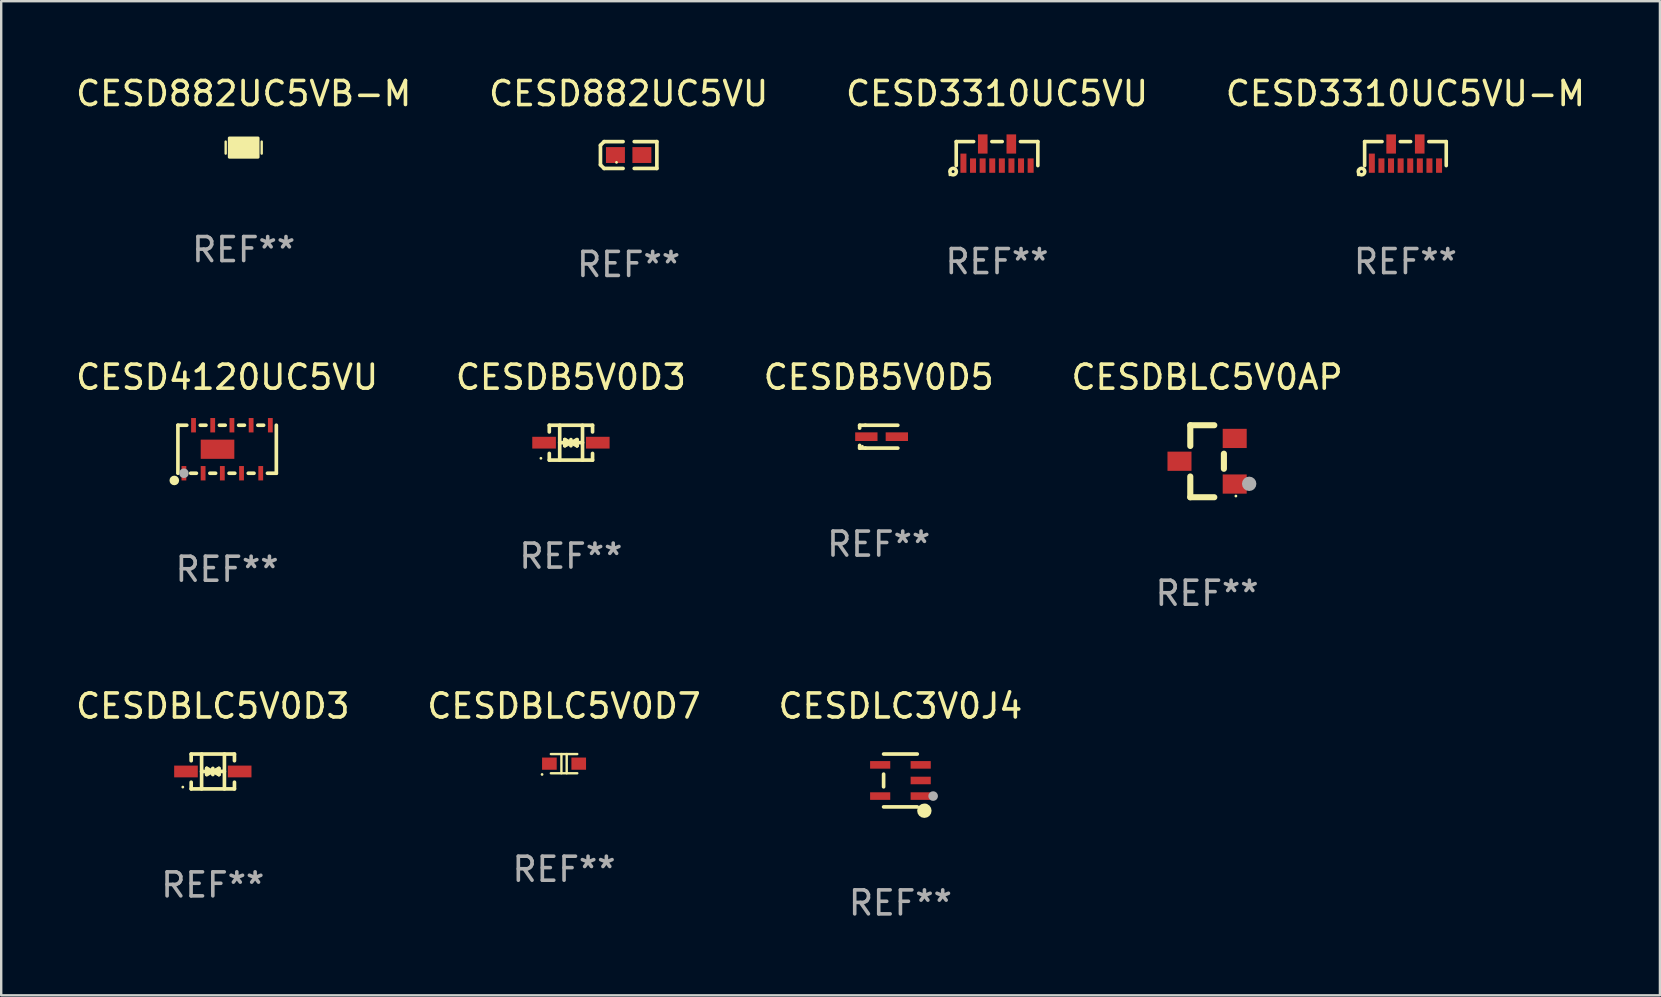
<source format=kicad_pcb>
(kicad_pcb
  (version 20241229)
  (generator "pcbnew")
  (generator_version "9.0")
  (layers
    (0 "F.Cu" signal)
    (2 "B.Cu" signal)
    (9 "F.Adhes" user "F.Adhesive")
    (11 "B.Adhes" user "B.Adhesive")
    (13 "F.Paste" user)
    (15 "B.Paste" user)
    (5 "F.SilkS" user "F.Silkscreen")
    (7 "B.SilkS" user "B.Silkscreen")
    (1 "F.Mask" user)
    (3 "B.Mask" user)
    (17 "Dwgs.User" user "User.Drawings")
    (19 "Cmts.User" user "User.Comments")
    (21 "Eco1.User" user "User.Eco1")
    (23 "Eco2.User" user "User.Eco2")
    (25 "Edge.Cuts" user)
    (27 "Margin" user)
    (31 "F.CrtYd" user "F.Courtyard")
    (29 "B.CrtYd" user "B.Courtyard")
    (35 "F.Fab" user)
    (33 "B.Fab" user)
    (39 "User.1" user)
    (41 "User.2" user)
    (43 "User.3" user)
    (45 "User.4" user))
  (footprint "CESDLC3V0J4"
    (layer "F.Cu")
    (at 34.458 29.461)
    (property "Reference" "CESDLC3V0J4" (at 0 -3.101 0) (layer "F.SilkS") (effects (font (size 1 1) (thickness 0.15))))
    (attr through_hole)
    (fp_line (start -0.701 -0.264) (end -0.701 0.264) (stroke (width 0.152) (type solid)) (layer "F.SilkS"))
    (fp_line (start 0.701 -1.101) (end -0.701 -1.101) (stroke (width 0.152) (type solid)) (layer "F.SilkS"))
    (fp_line (start 0.701 1.101) (end -0.701 1.101) (stroke (width 0.152) (type solid)) (layer "F.SilkS"))
    (fp_circle (center 0.997 1.26) (end 1.147 1.26) (stroke (width 0.3) (type solid)) (fill no) (layer "F.SilkS"))
    (fp_circle (center 1.063 1.025) (end 1.093 1.025) (stroke (width 0.06) (type solid)) (fill no) (layer "F.SilkS"))
    (fp_circle (center 1.362 0.65) (end 1.463 0.65) (stroke (width 0.2) (type solid)) (fill no) (layer "F.Fab"))
    (fp_text user "REF**" (at 0 5.101 0) (layer "F.Fab") (effects (font (size 1 1) (thickness 0.15))))
    (pad "1" smd rect (at 0.844 0.65) (size 0.839 0.315) (layers "F.Cu" "F.Mask" "F.Paste"))
    (pad "2" smd rect (at 0.844 0) (size 0.839 0.315) (layers "F.Cu" "F.Mask" "F.Paste"))
    (pad "3" smd rect (at 0.844 -0.65) (size 0.839 0.315) (layers "F.Cu" "F.Mask" "F.Paste"))
    (pad "4" smd rect (at -0.844 -0.65) (size 0.839 0.315) (layers "F.Cu" "F.Mask" "F.Paste"))
    (pad "5" smd rect (at -0.844 0.65) (size 0.839 0.315) (layers "F.Cu" "F.Mask" "F.Paste")))
  (footprint "CESDB5V0D5"
    (layer "F.Cu")
    (at 33.554 15.14)
    (property "Reference" "CESDB5V0D5" (at 0 -2.476 0) (layer "F.SilkS") (effects (font (size 1 1) (thickness 0.15))))
    (attr through_hole)
    (fp_line (start -0.795 -0.476) (end -0.795 -0.356) (stroke (width 0.152) (type solid)) (layer "F.SilkS"))
    (fp_line (start -0.795 0.363) (end -0.795 0.476) (stroke (width 0.152) (type solid)) (layer "F.SilkS"))
    (fp_line (start -0.795 0.476) (end -0.557 0.476) (stroke (width 0.152) (type solid)) (layer "F.SilkS"))
    (fp_line (start -0.557 -0.476) (end -0.795 -0.476) (stroke (width 0.152) (type solid)) (layer "F.SilkS"))
    (fp_line (start -0.557 -0.476) (end 0.795 -0.476) (stroke (width 0.152) (type solid)) (layer "F.SilkS"))
    (fp_line (start -0.557 0.476) (end 0.795 0.476) (stroke (width 0.152) (type solid)) (layer "F.SilkS"))
    (fp_circle (center -0.681 0.4) (end -0.651 0.4) (stroke (width 0.06) (type solid)) (fill no) (layer "F.SilkS"))
    (fp_text user "REF**" (at 0 4.476 0) (layer "F.Fab") (effects (font (size 1 1) (thickness 0.15))))
    (pad "1" smd rect (at -0.516 0 180) (size 0.93 0.36) (layers "F.Cu" "F.Mask" "F.Paste"))
    (pad "2" smd rect (at 0.754 0 180) (size 0.93 0.36) (layers "F.Cu" "F.Mask" "F.Paste")))
  (footprint "CESD882UC5VB-M"
    (layer "F.Cu")
    (at 7.101 3.098)
    (property "Reference" "CESD882UC5VB-M" (at 0 -2.25 0) (layer "F.SilkS") (effects (font (size 1 1) (thickness 0.15))))
    (attr through_hole)
    (fp_line (start -0.75 0.25) (end -0.75 -0.25) (stroke (width 0.1) (type solid)) (layer "F.SilkS"))
    (fp_line (start 0.75 -0.25) (end 0.75 0.25) (stroke (width 0.1) (type solid)) (layer "F.SilkS"))
    (fp_circle (center -0.5 0.3) (end -0.47 0.3) (stroke (width 0.06) (type solid)) (fill no) (layer "F.SilkS"))
    (fp_poly (pts (xy -0.6 -0.4) (xy 0.6 -0.4) (xy 0.6 0.4) (xy -0.6 0.4)) (stroke (width 0.12) (type solid)) (fill yes) (layer "F.SilkS"))
    (fp_text user "REF**" (at 0 4.25 0) (layer "F.Fab") (effects (font (size 1 1) (thickness 0.15))))
    (pad "1" smd rect (at -0.325 -0.000013) (size 0.3 0.6) (layers "F.Cu" "F.Mask" "F.Paste"))
    (pad "2" smd rect (at 0.325 -0.000013) (size 0.3 0.6) (layers "F.Cu" "F.Mask" "F.Paste")))
  (footprint "CESD3310UC5VU-M"
    (layer "F.Cu")
    (at 55.494 3.348)
    (property "Reference" "CESD3310UC5VU-M" (at 0 -2.5 0) (layer "F.SilkS") (effects (font (size 1 1) (thickness 0.15))))
    (attr through_hole)
    (fp_line (start -1.7 -0.5) (end -1.7 0.5) (stroke (width 0.15) (type solid)) (layer "F.SilkS"))
    (fp_line (start -0.974 -0.5) (end -1.7 -0.5) (stroke (width 0.15) (type solid)) (layer "F.SilkS"))
    (fp_line (start 0.216 -0.5) (end -0.216 -0.5) (stroke (width 0.15) (type solid)) (layer "F.SilkS"))
    (fp_line (start 1.7 -0.5) (end 0.974 -0.5) (stroke (width 0.15) (type solid)) (layer "F.SilkS"))
    (fp_line (start 1.7 -0.5) (end 1.7 0.5) (stroke (width 0.15) (type solid)) (layer "F.SilkS"))
    (fp_circle (center -1.966 0.886) (end -1.936 0.886) (stroke (width 0.06) (type solid)) (fill no) (layer "F.SilkS"))
    (fp_circle (center -1.83 0.75) (end -1.769 0.75) (stroke (width 0.15) (type solid)) (fill no) (layer "F.SilkS"))
    (fp_text user "REF**" (at 0 4.5 0) (layer "F.Fab") (effects (font (size 1 1) (thickness 0.15))))
    (pad "1" smd rect (at -1.4 0.4) (size 0.25 0.8) (layers "F.Cu" "F.Mask" "F.Paste"))
    (pad "2" smd rect (at -1 0.5) (size 0.25 0.6) (layers "F.Cu" "F.Mask" "F.Paste"))
    (pad "3" smd rect (at -0.6 0.5) (size 0.25 0.6) (layers "F.Cu" "F.Mask" "F.Paste"))
    (pad "4" smd rect (at -0.2 0.5) (size 0.25 0.6) (layers "F.Cu" "F.Mask" "F.Paste"))
    (pad "5" smd rect (at 0.2 0.5) (size 0.25 0.6) (layers "F.Cu" "F.Mask" "F.Paste"))
    (pad "6" smd rect (at 0.6 0.5) (size 0.25 0.6) (layers "F.Cu" "F.Mask" "F.Paste"))
    (pad "7" smd rect (at 1 0.5) (size 0.25 0.6) (layers "F.Cu" "F.Mask" "F.Paste"))
    (pad "8" smd rect (at 1.4 0.5) (size 0.25 0.6) (layers "F.Cu" "F.Mask" "F.Paste"))
    (pad "9" smd rect (at 0.595 -0.4) (size 0.4 0.8) (layers "F.Cu" "F.Mask" "F.Paste"))
    (pad "10" smd rect (at -0.595 -0.4) (size 0.4 0.8) (layers "F.Cu" "F.Mask" "F.Paste")))
  (footprint "CESDBLC5V0D7"
    (layer "F.Cu")
    (at 20.446 28.76)
    (property "Reference" "CESDBLC5V0D7" (at 0 -2.4 0) (layer "F.SilkS") (effects (font (size 1 1) (thickness 0.15))))
    (attr through_hole)
    (fp_line (start -0.55 -0.4) (end 0.55 -0.4) (stroke (width 0.1) (type solid)) (layer "F.SilkS"))
    (fp_line (start -0.55 0.4) (end 0.55 0.4) (stroke (width 0.1) (type solid)) (layer "F.SilkS"))
    (fp_line (start -0.11 -0.4) (end -0.11 0.4) (stroke (width 0.1) (type solid)) (layer "F.SilkS"))
    (fp_line (start 0.11 -0.4) (end 0.11 0.4) (stroke (width 0.1) (type solid)) (layer "F.SilkS"))
    (fp_circle (center -0.916 0.45) (end -0.886 0.45) (stroke (width 0.06) (type solid)) (fill no) (layer "F.SilkS"))
    (fp_text user "REF**" (at 0 4.4 0) (layer "F.Fab") (effects (font (size 1 1) (thickness 0.15))))
    (pad "1" smd rect (at -0.611 0 180) (size 0.61 0.508) (layers "F.Cu" "F.Mask" "F.Paste"))
    (pad "2" smd rect (at 0.611 0 180) (size 0.61 0.508) (layers "F.Cu" "F.Mask" "F.Paste")))
  (footprint "CESD3310UC5VU"
    (layer "F.Cu")
    (at 38.482 3.348)
    (property "Reference" "CESD3310UC5VU" (at 0 -2.5 0) (layer "F.SilkS") (effects (font (size 1 1) (thickness 0.15))))
    (attr through_hole)
    (fp_line (start -1.7 -0.5) (end -1.7 0.5) (stroke (width 0.15) (type solid)) (layer "F.SilkS"))
    (fp_line (start -0.974 -0.5) (end -1.7 -0.5) (stroke (width 0.15) (type solid)) (layer "F.SilkS"))
    (fp_line (start 0.216 -0.5) (end -0.216 -0.5) (stroke (width 0.15) (type solid)) (layer "F.SilkS"))
    (fp_line (start 1.7 -0.5) (end 0.974 -0.5) (stroke (width 0.15) (type solid)) (layer "F.SilkS"))
    (fp_line (start 1.7 -0.5) (end 1.7 0.5) (stroke (width 0.15) (type solid)) (layer "F.SilkS"))
    (fp_circle (center -1.966 0.886) (end -1.936 0.886) (stroke (width 0.06) (type solid)) (fill no) (layer "F.SilkS"))
    (fp_circle (center -1.83 0.75) (end -1.769 0.75) (stroke (width 0.15) (type solid)) (fill no) (layer "F.SilkS"))
    (fp_text user "REF**" (at 0 4.5 0) (layer "F.Fab") (effects (font (size 1 1) (thickness 0.15))))
    (pad "1" smd rect (at -1.4 0.4) (size 0.25 0.8) (layers "F.Cu" "F.Mask" "F.Paste"))
    (pad "2" smd rect (at -1 0.5) (size 0.25 0.6) (layers "F.Cu" "F.Mask" "F.Paste"))
    (pad "3" smd rect (at -0.6 0.5) (size 0.25 0.6) (layers "F.Cu" "F.Mask" "F.Paste"))
    (pad "4" smd rect (at -0.2 0.5) (size 0.25 0.6) (layers "F.Cu" "F.Mask" "F.Paste"))
    (pad "5" smd rect (at 0.2 0.5) (size 0.25 0.6) (layers "F.Cu" "F.Mask" "F.Paste"))
    (pad "6" smd rect (at 0.6 0.5) (size 0.25 0.6) (layers "F.Cu" "F.Mask" "F.Paste"))
    (pad "7" smd rect (at 1 0.5) (size 0.25 0.6) (layers "F.Cu" "F.Mask" "F.Paste"))
    (pad "8" smd rect (at 1.4 0.5) (size 0.25 0.6) (layers "F.Cu" "F.Mask" "F.Paste"))
    (pad "9" smd rect (at 0.595 -0.4) (size 0.4 0.8) (layers "F.Cu" "F.Mask" "F.Paste"))
    (pad "10" smd rect (at -0.595 -0.4) (size 0.4 0.8) (layers "F.Cu" "F.Mask" "F.Paste")))
  (footprint "CESDBLC5V0AP"
    (layer "F.Cu")
    (at 47.232 16.163)
    (property "Reference" "CESDBLC5V0AP" (at 0 -3.5 0) (layer "F.SilkS") (effects (font (size 1 1) (thickness 0.15))))
    (attr through_hole)
    (fp_line (start -0.7 -1.5) (end 0.3 -1.5) (stroke (width 0.254) (type solid)) (layer "F.SilkS"))
    (fp_line (start -0.7 -0.636) (end -0.7 -1.5) (stroke (width 0.254) (type solid)) (layer "F.SilkS"))
    (fp_line (start -0.7 1.5) (end -0.7 0.636) (stroke (width 0.254) (type solid)) (layer "F.SilkS"))
    (fp_line (start -0.7 1.5) (end 0.3 1.5) (stroke (width 0.254) (type solid)) (layer "F.SilkS"))
    (fp_line (start 0.7 0.314) (end 0.7 -0.314) (stroke (width 0.254) (type solid)) (layer "F.SilkS"))
    (fp_circle (center 1.2 1.45) (end 1.23 1.45) (stroke (width 0.06) (type solid)) (fill no) (layer "F.SilkS"))
    (fp_circle (center 1.753 0.94) (end 1.903 0.94) (stroke (width 0.3) (type solid)) (fill no) (layer "F.Fab"))
    (fp_text user "REF**" (at 0 5.5 0) (layer "F.Fab") (effects (font (size 1 1) (thickness 0.15))))
    (pad "1" smd rect (at 1.15 0.95 180) (size 1 0.8) (layers "F.Cu" "F.Mask" "F.Paste"))
    (pad "2" smd rect (at 1.15 -0.95 180) (size 1 0.8) (layers "F.Cu" "F.Mask" "F.Paste"))
    (pad "3" smd rect (at -1.15 -0.000051 180) (size 1 0.8) (layers "F.Cu" "F.Mask" "F.Paste")))
  (footprint "CESD882UC5VU"
    (layer "F.Cu")
    (at 23.137 3.408)
    (property "Reference" "CESD882UC5VU" (at 0 -2.559 0) (layer "F.SilkS") (effects (font (size 1 1) (thickness 0.15))))
    (attr through_hole)
    (fp_line (start -1.175 -0.407) (end -1.023 -0.559) (stroke (width 0.152) (type solid)) (layer "F.SilkS"))
    (fp_line (start -1.175 0.407) (end -1.175 -0.407) (stroke (width 0.152) (type solid)) (layer "F.SilkS"))
    (fp_line (start -1.023 -0.559) (end -0.232 -0.559) (stroke (width 0.152) (type solid)) (layer "F.SilkS"))
    (fp_line (start -1.023 0.559) (end -1.175 0.407) (stroke (width 0.152) (type solid)) (layer "F.SilkS"))
    (fp_line (start -0.232 0.559) (end -1.023 0.559) (stroke (width 0.152) (type solid)) (layer "F.SilkS"))
    (fp_line (start 0.232 0.559) (end 1.175 0.559) (stroke (width 0.152) (type solid)) (layer "F.SilkS"))
    (fp_line (start 1.175 -0.559) (end 0.232 -0.559) (stroke (width 0.152) (type solid)) (layer "F.SilkS"))
    (fp_line (start 1.175 0.559) (end 1.175 -0.559) (stroke (width 0.152) (type solid)) (layer "F.SilkS"))
    (fp_circle (center -0.506 0.306) (end -0.476 0.306) (stroke (width 0.06) (type solid)) (fill no) (layer "F.SilkS"))
    (fp_text user "REF**" (at 0 4.559 0) (layer "F.Fab") (effects (font (size 1 1) (thickness 0.15))))
    (pad "1" smd rect (at -0.551 0) (size 0.79 0.661) (layers "F.Cu" "F.Mask" "F.Paste"))
    (pad "2" smd rect (at 0.551 0) (size 0.79 0.661) (layers "F.Cu" "F.Mask" "F.Paste")))
  (footprint "CESDBLC5V0D3"
    (layer "F.Cu")
    (at 5.815 29.086)
    (property "Reference" "CESDBLC5V0D3" (at 0 -2.726 0) (layer "F.SilkS") (effects (font (size 1 1) (thickness 0.15))))
    (attr through_hole)
    (fp_line (start -0.901 -0.726) (end -0.901 -0.448) (stroke (width 0.152) (type solid)) (layer "F.SilkS"))
    (fp_line (start -0.901 0.726) (end -0.901 0.448) (stroke (width 0.152) (type solid)) (layer "F.SilkS"))
    (fp_line (start -0.467 0) (end 0.483 -0.003) (stroke (width 0.154) (type solid)) (layer "F.SilkS"))
    (fp_line (start -0.467 0.726) (end -0.467 -0.726) (stroke (width 0.152) (type solid)) (layer "F.SilkS"))
    (fp_line (start -0.254 -0.127) (end -0.254 -0.127) (stroke (width 0.154) (type solid)) (layer "F.SilkS"))
    (fp_line (start -0.254 -0.127) (end -0.002 -0.003) (stroke (width 0.154) (type solid)) (layer "F.SilkS"))
    (fp_line (start -0.254 0.127) (end -0.254 -0.127) (stroke (width 0.154) (type solid)) (layer "F.SilkS"))
    (fp_line (start -0.127 0) (end 0.003 0) (stroke (width 0.154) (type solid)) (layer "F.SilkS"))
    (fp_line (start -0.003 0) (end -0.254 0.127) (stroke (width 0.154) (type solid)) (layer "F.SilkS"))
    (fp_line (start 0 -0.127) (end 0 0.127) (stroke (width 0.154) (type solid)) (layer "F.SilkS"))
    (fp_line (start 0.003 0) (end 0.254 -0.127) (stroke (width 0.154) (type solid)) (layer "F.SilkS"))
    (fp_line (start 0.127 0) (end -0.003 0) (stroke (width 0.154) (type solid)) (layer "F.SilkS"))
    (fp_line (start 0.254 -0.127) (end 0.254 0.127) (stroke (width 0.154) (type solid)) (layer "F.SilkS"))
    (fp_line (start 0.254 0.127) (end 0.002 0.003) (stroke (width 0.154) (type solid)) (layer "F.SilkS"))
    (fp_line (start 0.254 0.127) (end 0.254 0.127) (stroke (width 0.154) (type solid)) (layer "F.SilkS"))
    (fp_line (start 0.483 0.726) (end 0.483 -0.726) (stroke (width 0.152) (type solid)) (layer "F.SilkS"))
    (fp_line (start 0.901 -0.726) (end -0.901 -0.726) (stroke (width 0.152) (type solid)) (layer "F.SilkS"))
    (fp_line (start 0.901 -0.726) (end 0.901 -0.448) (stroke (width 0.152) (type solid)) (layer "F.SilkS"))
    (fp_line (start 0.901 0.726) (end -0.901 0.726) (stroke (width 0.152) (type solid)) (layer "F.SilkS"))
    (fp_line (start 0.901 0.726) (end 0.901 0.448) (stroke (width 0.152) (type solid)) (layer "F.SilkS"))
    (fp_circle (center -1.25 0.65) (end -1.22 0.65) (stroke (width 0.06) (type solid)) (fill no) (layer "F.SilkS"))
    (fp_text user "REF**" (at 0 4.726 0) (layer "F.Fab") (effects (font (size 1 1) (thickness 0.15))))
    (pad "1" smd rect (at -1.118 0) (size 0.985 0.49) (layers "F.Cu" "F.Mask" "F.Paste"))
    (pad "2" smd rect (at 1.118 0) (size 0.985 0.49) (layers "F.Cu" "F.Mask" "F.Paste")))
  (footprint "CESDB5V0D3"
    (layer "F.Cu")
    (at 20.732 15.39)
    (property "Reference" "CESDB5V0D3" (at 0 -2.726 0) (layer "F.SilkS") (effects (font (size 1 1) (thickness 0.15))))
    (attr through_hole)
    (fp_line (start -0.901 -0.726) (end -0.901 -0.448) (stroke (width 0.152) (type solid)) (layer "F.SilkS"))
    (fp_line (start -0.901 0.726) (end -0.901 0.448) (stroke (width 0.152) (type solid)) (layer "F.SilkS"))
    (fp_line (start -0.467 0) (end 0.483 -0.003) (stroke (width 0.154) (type solid)) (layer "F.SilkS"))
    (fp_line (start -0.467 0.726) (end -0.467 -0.726) (stroke (width 0.152) (type solid)) (layer "F.SilkS"))
    (fp_line (start -0.254 -0.127) (end -0.254 -0.127) (stroke (width 0.154) (type solid)) (layer "F.SilkS"))
    (fp_line (start -0.254 -0.127) (end -0.002 -0.003) (stroke (width 0.154) (type solid)) (layer "F.SilkS"))
    (fp_line (start -0.254 0.127) (end -0.254 -0.127) (stroke (width 0.154) (type solid)) (layer "F.SilkS"))
    (fp_line (start -0.127 0) (end 0.003 0) (stroke (width 0.154) (type solid)) (layer "F.SilkS"))
    (fp_line (start -0.003 0) (end -0.254 0.127) (stroke (width 0.154) (type solid)) (layer "F.SilkS"))
    (fp_line (start 0 -0.127) (end 0 0.127) (stroke (width 0.154) (type solid)) (layer "F.SilkS"))
    (fp_line (start 0.003 0) (end 0.254 -0.127) (stroke (width 0.154) (type solid)) (layer "F.SilkS"))
    (fp_line (start 0.127 0) (end -0.003 0) (stroke (width 0.154) (type solid)) (layer "F.SilkS"))
    (fp_line (start 0.254 -0.127) (end 0.254 0.127) (stroke (width 0.154) (type solid)) (layer "F.SilkS"))
    (fp_line (start 0.254 0.127) (end 0.002 0.003) (stroke (width 0.154) (type solid)) (layer "F.SilkS"))
    (fp_line (start 0.254 0.127) (end 0.254 0.127) (stroke (width 0.154) (type solid)) (layer "F.SilkS"))
    (fp_line (start 0.483 0.726) (end 0.483 -0.726) (stroke (width 0.152) (type solid)) (layer "F.SilkS"))
    (fp_line (start 0.901 -0.726) (end -0.901 -0.726) (stroke (width 0.152) (type solid)) (layer "F.SilkS"))
    (fp_line (start 0.901 -0.726) (end 0.901 -0.448) (stroke (width 0.152) (type solid)) (layer "F.SilkS"))
    (fp_line (start 0.901 0.726) (end -0.901 0.726) (stroke (width 0.152) (type solid)) (layer "F.SilkS"))
    (fp_line (start 0.901 0.726) (end 0.901 0.448) (stroke (width 0.152) (type solid)) (layer "F.SilkS"))
    (fp_circle (center -1.25 0.65) (end -1.22 0.65) (stroke (width 0.06) (type solid)) (fill no) (layer "F.SilkS"))
    (fp_text user "REF**" (at 0 4.726 0) (layer "F.Fab") (effects (font (size 1 1) (thickness 0.15))))
    (pad "1" smd rect (at -1.118 0) (size 0.985 0.49) (layers "F.Cu" "F.Mask" "F.Paste"))
    (pad "2" smd rect (at 1.118 0) (size 0.985 0.49) (layers "F.Cu" "F.Mask" "F.Paste")))
  (footprint "CESD4120UC5VU"
    (layer "F.Cu")
    (at 6.411 15.663)
    (property "Reference" "CESD4120UC5VU" (at 0 -3 0) (layer "F.SilkS") (effects (font (size 1 1) (thickness 0.15))))
    (attr through_hole)
    (fp_line (start -2.05 -1) (end -1.68 -1) (stroke (width 0.152) (type solid)) (layer "F.SilkS"))
    (fp_line (start -2.05 1) (end -2.05 -1) (stroke (width 0.152) (type solid)) (layer "F.SilkS"))
    (fp_line (start -1.28 1) (end -1.52 1) (stroke (width 0.152) (type solid)) (layer "F.SilkS"))
    (fp_line (start -1.12 -1) (end -0.88 -1) (stroke (width 0.152) (type solid)) (layer "F.SilkS"))
    (fp_line (start -0.48 1) (end -0.72 1) (stroke (width 0.152) (type solid)) (layer "F.SilkS"))
    (fp_line (start -0.32 -1) (end -0.08 -1) (stroke (width 0.152) (type solid)) (layer "F.SilkS"))
    (fp_line (start 0.32 1) (end 0.08 1) (stroke (width 0.152) (type solid)) (layer "F.SilkS"))
    (fp_line (start 0.48 -1) (end 0.72 -1) (stroke (width 0.152) (type solid)) (layer "F.SilkS"))
    (fp_line (start 1.12 1) (end 0.88 1) (stroke (width 0.152) (type solid)) (layer "F.SilkS"))
    (fp_line (start 1.28 -1) (end 1.52 -1) (stroke (width 0.152) (type solid)) (layer "F.SilkS"))
    (fp_line (start 2.05 -1) (end 2.05 1) (stroke (width 0.152) (type solid)) (layer "F.SilkS"))
    (fp_line (start 2.05 1) (end 1.68 1) (stroke (width 0.152) (type solid)) (layer "F.SilkS"))
    (fp_circle (center -2.2 1.3) (end -2.1 1.3) (stroke (width 0.2) (type solid)) (fill no) (layer "F.SilkS"))
    (fp_circle (center -2.05 1) (end -2.02 1) (stroke (width 0.06) (type solid)) (fill no) (layer "F.SilkS"))
    (fp_circle (center -1.8 1) (end -1.7 1) (stroke (width 0.2) (type solid)) (fill no) (layer "F.Fab"))
    (fp_text user "REF**" (at 0 5 0) (layer "F.Fab") (effects (font (size 1 1) (thickness 0.15))))
    (pad "1" smd rect (at -1.8 1) (size 0.2 0.6) (layers "F.Cu" "F.Mask" "F.Paste"))
    (pad "2" smd rect (at -1 1) (size 0.2 0.6) (layers "F.Cu" "F.Mask" "F.Paste"))
    (pad "3" smd rect (at -0.2 1) (size 0.2 0.6) (layers "F.Cu" "F.Mask" "F.Paste"))
    (pad "4" smd rect (at 0.6 1) (size 0.2 0.6) (layers "F.Cu" "F.Mask" "F.Paste"))
    (pad "5" smd rect (at 1.4 1) (size 0.2 0.6) (layers "F.Cu" "F.Mask" "F.Paste"))
    (pad "6" smd rect (at 1.8 -1) (size 0.2 0.6) (layers "F.Cu" "F.Mask" "F.Paste"))
    (pad "7" smd rect (at 1 -1) (size 0.2 0.6) (layers "F.Cu" "F.Mask" "F.Paste"))
    (pad "8" smd rect (at 0.2 -1) (size 0.2 0.6) (layers "F.Cu" "F.Mask" "F.Paste"))
    (pad "9" smd rect (at -0.6 -1) (size 0.2 0.6) (layers "F.Cu" "F.Mask" "F.Paste"))
    (pad "10" smd rect (at -1.4 -1) (size 0.2 0.6) (layers "F.Cu" "F.Mask" "F.Paste"))
    (pad "11" smd rect (at -0.4 -0.000025) (size 1.4 0.8) (layers "F.Cu" "F.Mask" "F.Paste")))
  (gr_rect
    (start -3 -3)
    (end 66.095 38.411)
    (stroke (width 0.1) (type default))
    (fill no)
    (layer "Edge.Cuts")))
</source>
